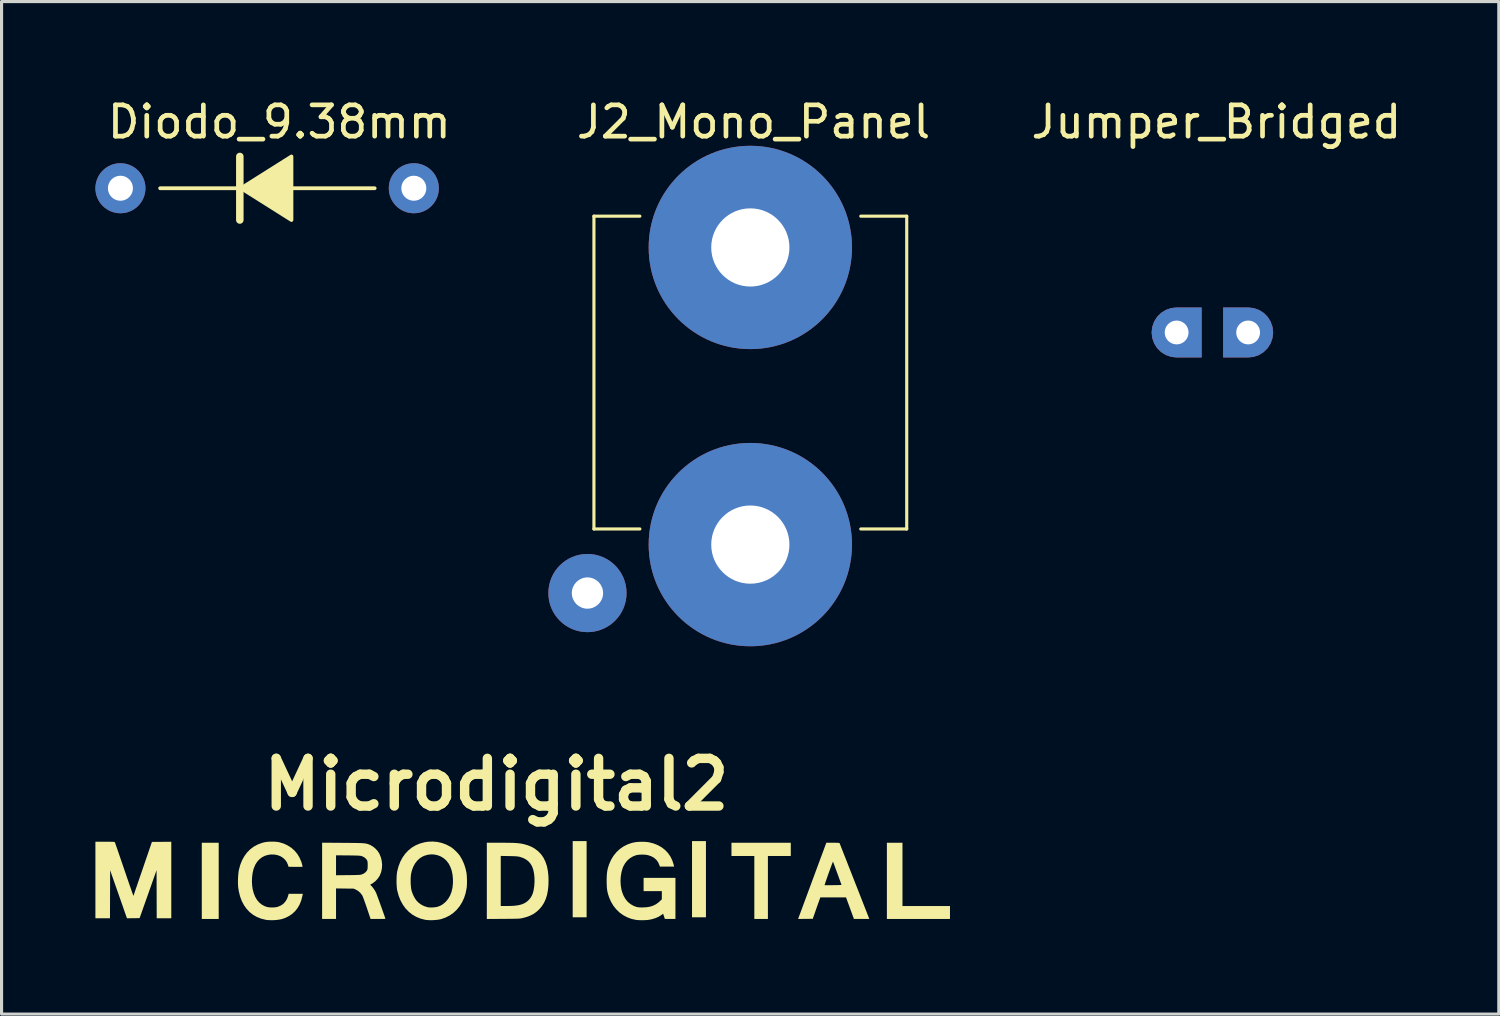
<source format=kicad_pcb>
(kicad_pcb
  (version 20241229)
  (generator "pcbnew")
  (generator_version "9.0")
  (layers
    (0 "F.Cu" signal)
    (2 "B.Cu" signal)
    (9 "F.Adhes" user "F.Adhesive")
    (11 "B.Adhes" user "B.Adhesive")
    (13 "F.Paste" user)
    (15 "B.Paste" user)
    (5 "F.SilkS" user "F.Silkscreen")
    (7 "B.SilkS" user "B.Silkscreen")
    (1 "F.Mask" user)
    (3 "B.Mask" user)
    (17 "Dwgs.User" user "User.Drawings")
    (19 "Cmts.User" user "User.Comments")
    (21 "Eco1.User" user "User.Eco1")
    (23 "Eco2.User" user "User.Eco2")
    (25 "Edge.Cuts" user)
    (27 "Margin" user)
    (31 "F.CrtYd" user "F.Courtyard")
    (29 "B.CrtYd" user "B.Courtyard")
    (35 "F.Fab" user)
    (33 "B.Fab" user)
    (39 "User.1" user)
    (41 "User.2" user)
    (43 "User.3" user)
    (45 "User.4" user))
  (footprint "Microdigital2"
    (layer "F.Cu")
    (at 13.421 25.129)
    (property "Reference" "Microdigital2" (at -0.6 -3.1 0) (layer "F.SilkS") (effects (font (size 1.524 1.524) (thickness 0.3))))
    (attr board_only exclude_from_pos_files exclude_from_bom)
    (fp_poly (pts (xy -9.479 1.2) (xy -10.02 1.2) (xy -10.02 -1.236) (xy -9.479 -1.236)) (stroke (width 0) (type solid)) (fill yes) (layer "F.SilkS"))
    (fp_poly (pts (xy 2.283 1.147) (xy 1.838 1.147) (xy 1.838 -1.289) (xy 2.283 -1.289)) (stroke (width 0) (type solid)) (fill yes) (layer "F.SilkS"))
    (fp_poly (pts (xy 6.098 1.147) (xy 5.653 1.147) (xy 5.653 -1.289) (xy 6.098 -1.289)) (stroke (width 0) (type solid)) (fill yes) (layer "F.SilkS"))
    (fp_poly (pts (xy 12.381 0.787) (xy 13.9 0.787) (xy 13.9 1.2) (xy 11.883 1.2) (xy 11.883 -1.236) (xy 12.381 -1.236)) (stroke (width 0) (type solid)) (fill yes) (layer "F.SilkS"))
    (fp_poly (pts (xy 8.81 -0.813) (xy 8.079 -0.813) (xy 8.079 1.2) (xy 7.645 1.2) (xy 7.645 -0.813) (xy 6.914 -0.813) (xy 6.914 -1.236) (xy 8.81 -1.236)) (stroke (width 0) (type solid)) (fill yes) (layer "F.SilkS"))
    (fp_poly (pts (xy -10.995 1.179) (xy -11.461 1.179) (xy -11.463 0.41) (xy -11.466 -0.359) (xy -11.737 0.408) (xy -12.008 1.174) (xy -12.21 1.176) (xy -12.412 1.179) (xy -12.502 0.922) (xy -12.524 0.859) (xy -12.552 0.778) (xy -12.585 0.685) (xy -12.621 0.581) (xy -12.66 0.471) (xy -12.699 0.358) (xy -12.739 0.245) (xy -12.771 0.154) (xy -12.95 -0.357) (xy -12.955 1.179) (xy -13.421 1.179) (xy -13.421 -1.268) (xy -13.114 -1.268) (xy -13.025 -1.268) (xy -12.955 -1.268) (xy -12.901 -1.267) (xy -12.862 -1.266) (xy -12.834 -1.264) (xy -12.816 -1.261) (xy -12.806 -1.257) (xy -12.8 -1.252) (xy -12.798 -1.249) (xy -12.793 -1.237) (xy -12.782 -1.206) (xy -12.765 -1.157) (xy -12.743 -1.094) (xy -12.716 -1.016) (xy -12.685 -0.925) (xy -12.65 -0.824) (xy -12.612 -0.713) (xy -12.571 -0.594) (xy -12.528 -0.468) (xy -12.498 -0.38) (xy -12.454 -0.252) (xy -12.413 -0.13) (xy -12.373 -0.015) (xy -12.337 0.091) (xy -12.303 0.187) (xy -12.274 0.27) (xy -12.25 0.341) (xy -12.23 0.396) (xy -12.216 0.436) (xy -12.207 0.458) (xy -12.205 0.462) (xy -12.201 0.451) (xy -12.191 0.421) (xy -12.175 0.374) (xy -12.154 0.312) (xy -12.128 0.235) (xy -12.097 0.146) (xy -12.063 0.046) (xy -12.025 -0.065) (xy -11.984 -0.183) (xy -11.941 -0.309) (xy -11.908 -0.405) (xy -11.614 -1.263) (xy -11.305 -1.265) (xy -10.995 -1.268)) (stroke (width 0) (type solid)) (fill yes) (layer "F.SilkS"))
    (fp_poly (pts (xy -0.341 -1.236) (xy -0.227 -1.235) (xy -0.129 -1.233) (xy -0.046 -1.231) (xy 0.026 -1.227) (xy 0.089 -1.222) (xy 0.144 -1.216) (xy 0.196 -1.208) (xy 0.245 -1.198) (xy 0.285 -1.189) (xy 0.405 -1.154) (xy 0.511 -1.111) (xy 0.611 -1.056) (xy 0.635 -1.04) (xy 0.74 -0.959) (xy 0.83 -0.864) (xy 0.906 -0.754) (xy 0.966 -0.631) (xy 1.013 -0.492) (xy 1.044 -0.339) (xy 1.062 -0.17) (xy 1.066 -0.039) (xy 1.061 0.136) (xy 1.044 0.294) (xy 1.016 0.438) (xy 0.975 0.567) (xy 0.921 0.684) (xy 0.854 0.79) (xy 0.773 0.886) (xy 0.756 0.903) (xy 0.67 0.98) (xy 0.577 1.044) (xy 0.474 1.096) (xy 0.358 1.139) (xy 0.262 1.165) (xy 0.236 1.171) (xy 0.212 1.177) (xy 0.189 1.181) (xy 0.164 1.185) (xy 0.135 1.188) (xy 0.1 1.19) (xy 0.057 1.192) (xy 0.004 1.193) (xy -0.061 1.194) (xy -0.141 1.195) (xy -0.238 1.196) (xy -0.353 1.197) (xy -0.38 1.197) (xy -0.907 1.201) (xy -0.907 -0.815) (xy -0.462 -0.815) (xy -0.462 0.787) (xy -0.284 0.787) (xy -0.215 0.786) (xy -0.145 0.784) (xy -0.079 0.781) (xy -0.025 0.778) (xy -0.006 0.776) (xy 0.106 0.76) (xy 0.202 0.736) (xy 0.284 0.703) (xy 0.356 0.66) (xy 0.421 0.605) (xy 0.429 0.597) (xy 0.484 0.533) (xy 0.528 0.463) (xy 0.562 0.384) (xy 0.587 0.291) (xy 0.605 0.182) (xy 0.608 0.157) (xy 0.618 0.02) (xy 0.616 -0.118) (xy 0.603 -0.25) (xy 0.581 -0.362) (xy 0.545 -0.469) (xy 0.493 -0.561) (xy 0.425 -0.64) (xy 0.341 -0.704) (xy 0.241 -0.754) (xy 0.156 -0.782) (xy 0.127 -0.79) (xy 0.097 -0.795) (xy 0.062 -0.8) (xy 0.02 -0.803) (xy -0.033 -0.806) (xy -0.1 -0.808) (xy -0.185 -0.81) (xy -0.194 -0.81) (xy -0.462 -0.815) (xy -0.907 -0.815) (xy -0.907 -1.236) (xy -0.473 -1.236)) (stroke (width 0) (type solid)) (fill yes) (layer "F.SilkS"))
    (fp_poly (pts (xy 4.154 -1.265) (xy 4.23 -1.258) (xy 4.273 -1.252) (xy 4.422 -1.214) (xy 4.558 -1.16) (xy 4.681 -1.091) (xy 4.789 -1.007) (xy 4.883 -0.909) (xy 4.961 -0.797) (xy 5.022 -0.672) (xy 5.067 -0.534) (xy 5.074 -0.503) (xy 5.081 -0.474) (xy 4.626 -0.474) (xy 4.613 -0.513) (xy 4.573 -0.606) (xy 4.518 -0.685) (xy 4.446 -0.749) (xy 4.359 -0.8) (xy 4.255 -0.837) (xy 4.243 -0.84) (xy 4.181 -0.851) (xy 4.107 -0.857) (xy 4.029 -0.857) (xy 3.954 -0.853) (xy 3.889 -0.843) (xy 3.872 -0.84) (xy 3.768 -0.801) (xy 3.673 -0.745) (xy 3.588 -0.672) (xy 3.516 -0.584) (xy 3.459 -0.484) (xy 3.437 -0.432) (xy 3.399 -0.303) (xy 3.375 -0.163) (xy 3.367 -0.019) (xy 3.374 0.125) (xy 3.397 0.262) (xy 3.419 0.342) (xy 3.466 0.462) (xy 3.528 0.567) (xy 3.603 0.656) (xy 3.69 0.728) (xy 3.791 0.784) (xy 3.856 0.809) (xy 3.893 0.819) (xy 3.93 0.826) (xy 3.971 0.83) (xy 4.023 0.832) (xy 4.068 0.832) (xy 4.198 0.826) (xy 4.313 0.807) (xy 4.414 0.774) (xy 4.506 0.727) (xy 4.589 0.665) (xy 4.611 0.645) (xy 4.688 0.572) (xy 4.688 0.31) (xy 4.105 0.31) (xy 4.105 -0.113) (xy 5.123 -0.113) (xy 5.123 1.2) (xy 4.785 1.2) (xy 4.729 1.032) (xy 4.681 1.069) (xy 4.588 1.128) (xy 4.48 1.175) (xy 4.359 1.211) (xy 4.275 1.227) (xy 4.205 1.235) (xy 4.123 1.239) (xy 4.037 1.241) (xy 3.955 1.238) (xy 3.885 1.233) (xy 3.868 1.231) (xy 3.721 1.199) (xy 3.583 1.148) (xy 3.454 1.08) (xy 3.336 0.995) (xy 3.231 0.893) (xy 3.139 0.778) (xy 3.062 0.648) (xy 3.004 0.515) (xy 2.978 0.437) (xy 2.957 0.364) (xy 2.942 0.292) (xy 2.932 0.215) (xy 2.927 0.129) (xy 2.924 0.028) (xy 2.924 -0.018) (xy 2.925 -0.126) (xy 2.93 -0.217) (xy 2.938 -0.298) (xy 2.95 -0.371) (xy 2.968 -0.443) (xy 2.992 -0.519) (xy 3.004 -0.551) (xy 3.066 -0.693) (xy 3.144 -0.821) (xy 3.237 -0.935) (xy 3.342 -1.034) (xy 3.461 -1.117) (xy 3.591 -1.183) (xy 3.73 -1.231) (xy 3.827 -1.252) (xy 3.898 -1.261) (xy 3.98 -1.266) (xy 4.068 -1.267)) (stroke (width 0) (type solid)) (fill yes) (layer "F.SilkS"))
    (fp_poly (pts (xy -7.686 -1.27) (xy -7.607 -1.263) (xy -7.545 -1.253) (xy -7.404 -1.211) (xy -7.275 -1.151) (xy -7.158 -1.076) (xy -7.055 -0.985) (xy -6.968 -0.881) (xy -6.896 -0.762) (xy -6.84 -0.632) (xy -6.825 -0.584) (xy -6.813 -0.542) (xy -6.804 -0.506) (xy -6.799 -0.482) (xy -6.798 -0.477) (xy -6.801 -0.472) (xy -6.812 -0.469) (xy -6.833 -0.466) (xy -6.867 -0.465) (xy -6.915 -0.465) (xy -6.981 -0.465) (xy -7.022 -0.465) (xy -7.246 -0.468) (xy -7.265 -0.53) (xy -7.302 -0.617) (xy -7.356 -0.692) (xy -7.425 -0.755) (xy -7.505 -0.805) (xy -7.596 -0.839) (xy -7.696 -0.859) (xy -7.802 -0.861) (xy -7.886 -0.851) (xy -7.994 -0.822) (xy -8.091 -0.774) (xy -8.176 -0.709) (xy -8.25 -0.628) (xy -8.311 -0.53) (xy -8.358 -0.416) (xy -8.371 -0.376) (xy -8.397 -0.26) (xy -8.412 -0.132) (xy -8.417 0.000148) (xy -8.41 0.131) (xy -8.393 0.253) (xy -8.392 0.255) (xy -8.357 0.385) (xy -8.309 0.5) (xy -8.249 0.599) (xy -8.176 0.682) (xy -8.092 0.748) (xy -7.997 0.796) (xy -7.922 0.82) (xy -7.863 0.829) (xy -7.794 0.833) (xy -7.721 0.832) (xy -7.653 0.825) (xy -7.598 0.814) (xy -7.503 0.776) (xy -7.421 0.723) (xy -7.354 0.653) (xy -7.3 0.568) (xy -7.261 0.467) (xy -7.254 0.44) (xy -7.243 0.395) (xy -6.79 0.395) (xy -6.805 0.472) (xy -6.842 0.614) (xy -6.895 0.744) (xy -6.964 0.861) (xy -7.048 0.963) (xy -7.147 1.051) (xy -7.26 1.123) (xy -7.386 1.18) (xy -7.475 1.207) (xy -7.55 1.222) (xy -7.638 1.233) (xy -7.732 1.239) (xy -7.827 1.239) (xy -7.914 1.235) (xy -7.977 1.227) (xy -8.122 1.191) (xy -8.257 1.138) (xy -8.379 1.068) (xy -8.489 0.981) (xy -8.586 0.879) (xy -8.67 0.761) (xy -8.74 0.629) (xy -8.795 0.483) (xy -8.835 0.323) (xy -8.855 0.2) (xy -8.861 0.126) (xy -8.864 0.038) (xy -8.863 -0.057) (xy -8.858 -0.154) (xy -8.851 -0.245) (xy -8.841 -0.326) (xy -8.833 -0.37) (xy -8.79 -0.53) (xy -8.732 -0.676) (xy -8.659 -0.807) (xy -8.573 -0.924) (xy -8.473 -1.025) (xy -8.359 -1.111) (xy -8.234 -1.179) (xy -8.097 -1.231) (xy -8.012 -1.253) (xy -7.942 -1.264) (xy -7.86 -1.27) (xy -7.772 -1.272)) (stroke (width 0) (type solid)) (fill yes) (layer "F.SilkS"))
    (fp_poly (pts (xy 10.233 -1.236) (xy 10.29 -1.235) (xy 10.331 -1.233) (xy 10.356 -1.23) (xy 10.369 -1.225) (xy 10.371 -1.223) (xy 10.375 -1.211) (xy 10.387 -1.182) (xy 10.405 -1.135) (xy 10.429 -1.074) (xy 10.459 -0.998) (xy 10.493 -0.91) (xy 10.532 -0.812) (xy 10.575 -0.704) (xy 10.62 -0.588) (xy 10.668 -0.465) (xy 10.718 -0.338) (xy 10.769 -0.208) (xy 10.821 -0.075) (xy 10.873 0.058) (xy 10.925 0.189) (xy 10.976 0.319) (xy 11.025 0.444) (xy 11.072 0.564) (xy 11.116 0.677) (xy 11.157 0.781) (xy 11.194 0.876) (xy 11.227 0.959) (xy 11.254 1.029) (xy 11.276 1.084) (xy 11.292 1.124) (xy 11.3 1.147) (xy 11.302 1.15) (xy 11.321 1.2) (xy 10.829 1.2) (xy 10.577 0.512) (xy 9.755 0.512) (xy 9.738 0.557) (xy 9.731 0.578) (xy 9.717 0.616) (xy 9.698 0.669) (xy 9.676 0.732) (xy 9.65 0.804) (xy 9.623 0.881) (xy 9.617 0.898) (xy 9.513 1.195) (xy 9.044 1.2) (xy 9.074 1.118) (xy 9.112 1.018) (xy 9.153 0.907) (xy 9.197 0.788) (xy 9.244 0.661) (xy 9.293 0.529) (xy 9.343 0.393) (xy 9.395 0.253) (xy 9.445 0.12) (xy 9.89 0.12) (xy 10.161 0.12) (xy 10.234 0.119) (xy 10.3 0.118) (xy 10.355 0.117) (xy 10.397 0.115) (xy 10.424 0.113) (xy 10.432 0.111) (xy 10.428 0.1) (xy 10.418 0.072) (xy 10.403 0.03) (xy 10.383 -0.025) (xy 10.36 -0.089) (xy 10.335 -0.159) (xy 10.308 -0.233) (xy 10.28 -0.309) (xy 10.253 -0.383) (xy 10.227 -0.453) (xy 10.204 -0.517) (xy 10.184 -0.571) (xy 10.168 -0.613) (xy 10.16 -0.632) (xy 10.156 -0.626) (xy 10.146 -0.601) (xy 10.13 -0.562) (xy 10.111 -0.51) (xy 10.088 -0.449) (xy 10.063 -0.38) (xy 10.036 -0.307) (xy 10.009 -0.232) (xy 9.983 -0.157) (xy 9.957 -0.084) (xy 9.935 -0.018) (xy 9.915 0.04) (xy 9.9 0.088) (xy 9.897 0.096) (xy 9.89 0.12) (xy 9.445 0.12) (xy 9.447 0.113) (xy 9.499 -0.028) (xy 9.551 -0.167) (xy 9.601 -0.304) (xy 9.65 -0.436) (xy 9.697 -0.562) (xy 9.741 -0.682) (xy 9.782 -0.792) (xy 9.82 -0.893) (xy 9.853 -0.982) (xy 9.881 -1.059) (xy 9.904 -1.121) (xy 9.921 -1.167) (xy 9.932 -1.197) (xy 9.936 -1.207) (xy 9.946 -1.236) (xy 10.156 -1.236)) (stroke (width 0) (type solid)) (fill yes) (layer "F.SilkS"))
    (fp_poly (pts (xy -2.488 -1.262) (xy -2.342 -1.229) (xy -2.202 -1.177) (xy -2.071 -1.108) (xy -2.039 -1.087) (xy -1.983 -1.045) (xy -1.923 -0.991) (xy -1.862 -0.931) (xy -1.809 -0.871) (xy -1.768 -0.818) (xy -1.696 -0.694) (xy -1.635 -0.558) (xy -1.588 -0.414) (xy -1.558 -0.276) (xy -1.55 -0.211) (xy -1.545 -0.132) (xy -1.542 -0.046) (xy -1.542 0.042) (xy -1.545 0.124) (xy -1.55 0.194) (xy -1.553 0.214) (xy -1.585 0.377) (xy -1.634 0.528) (xy -1.699 0.668) (xy -1.779 0.796) (xy -1.872 0.909) (xy -1.979 1.008) (xy -2.099 1.091) (xy -2.23 1.157) (xy -2.372 1.206) (xy -2.38 1.208) (xy -2.456 1.223) (xy -2.546 1.233) (xy -2.642 1.239) (xy -2.737 1.239) (xy -2.824 1.234) (xy -2.883 1.226) (xy -3.03 1.188) (xy -3.166 1.132) (xy -3.291 1.059) (xy -3.405 0.969) (xy -3.506 0.863) (xy -3.593 0.742) (xy -3.667 0.607) (xy -3.726 0.458) (xy -3.77 0.296) (xy -3.775 0.272) (xy -3.784 0.208) (xy -3.79 0.129) (xy -3.794 0.04) (xy -3.794 -0.01) (xy -3.343 -0.01) (xy -3.341 0.079) (xy -3.334 0.165) (xy -3.325 0.24) (xy -3.313 0.294) (xy -3.285 0.38) (xy -3.246 0.468) (xy -3.201 0.549) (xy -3.159 0.609) (xy -3.089 0.681) (xy -3.004 0.743) (xy -2.908 0.791) (xy -2.806 0.823) (xy -2.768 0.83) (xy -2.712 0.834) (xy -2.644 0.833) (xy -2.574 0.827) (xy -2.51 0.817) (xy -2.488 0.812) (xy -2.399 0.78) (xy -2.314 0.73) (xy -2.231 0.66) (xy -2.22 0.65) (xy -2.143 0.557) (xy -2.081 0.451) (xy -2.035 0.332) (xy -2.004 0.199) (xy -1.99 0.054) (xy -1.99 -0.073) (xy -2.004 -0.218) (xy -2.031 -0.349) (xy -2.073 -0.466) (xy -2.129 -0.573) (xy -2.132 -0.577) (xy -2.2 -0.665) (xy -2.281 -0.738) (xy -2.373 -0.795) (xy -2.473 -0.835) (xy -2.579 -0.859) (xy -2.688 -0.865) (xy -2.797 -0.852) (xy -2.905 -0.82) (xy -2.957 -0.797) (xy -3.05 -0.74) (xy -3.131 -0.665) (xy -3.202 -0.574) (xy -3.259 -0.469) (xy -3.303 -0.35) (xy -3.328 -0.246) (xy -3.337 -0.178) (xy -3.342 -0.098) (xy -3.343 -0.01) (xy -3.794 -0.01) (xy -3.794 -0.052) (xy -3.791 -0.143) (xy -3.786 -0.225) (xy -3.777 -0.294) (xy -3.775 -0.309) (xy -3.733 -0.474) (xy -3.676 -0.625) (xy -3.604 -0.761) (xy -3.518 -0.883) (xy -3.418 -0.99) (xy -3.306 -1.081) (xy -3.181 -1.155) (xy -3.044 -1.212) (xy -2.896 -1.252) (xy -2.788 -1.269) (xy -2.638 -1.275)) (stroke (width 0) (type solid)) (fill yes) (layer "F.SilkS"))
    (fp_poly (pts (xy -5.514 -1.233) (xy -5.37 -1.232) (xy -5.246 -1.231) (xy -5.14 -1.23) (xy -5.049 -1.228) (xy -4.972 -1.226) (xy -4.908 -1.224) (xy -4.855 -1.22) (xy -4.81 -1.216) (xy -4.772 -1.21) (xy -4.74 -1.203) (xy -4.71 -1.195) (xy -4.683 -1.185) (xy -4.656 -1.173) (xy -4.626 -1.16) (xy -4.616 -1.155) (xy -4.54 -1.109) (xy -4.467 -1.048) (xy -4.401 -0.976) (xy -4.349 -0.898) (xy -4.338 -0.876) (xy -4.293 -0.765) (xy -4.266 -0.649) (xy -4.255 -0.53) (xy -4.262 -0.413) (xy -4.285 -0.301) (xy -4.325 -0.198) (xy -4.328 -0.191) (xy -4.386 -0.1) (xy -4.46 -0.017) (xy -4.546 0.052) (xy -4.583 0.074) (xy -4.611 0.091) (xy -4.63 0.102) (xy -4.636 0.105) (xy -4.631 0.113) (xy -4.615 0.128) (xy -4.613 0.13) (xy -4.582 0.16) (xy -4.546 0.204) (xy -4.51 0.255) (xy -4.476 0.31) (xy -4.451 0.358) (xy -4.442 0.378) (xy -4.428 0.415) (xy -4.409 0.465) (xy -4.387 0.526) (xy -4.361 0.596) (xy -4.333 0.672) (xy -4.305 0.751) (xy -4.276 0.831) (xy -4.248 0.909) (xy -4.222 0.983) (xy -4.198 1.05) (xy -4.178 1.107) (xy -4.163 1.153) (xy -4.153 1.183) (xy -4.149 1.196) (xy -4.149 1.196) (xy -4.159 1.197) (xy -4.188 1.198) (xy -4.231 1.199) (xy -4.287 1.2) (xy -4.352 1.2) (xy -4.386 1.2) (xy -4.624 1.2) (xy -4.742 0.849) (xy -4.771 0.764) (xy -4.799 0.684) (xy -4.825 0.612) (xy -4.848 0.549) (xy -4.867 0.498) (xy -4.882 0.463) (xy -4.889 0.449) (xy -4.94 0.379) (xy -5.006 0.317) (xy -5.081 0.269) (xy -5.09 0.265) (xy -5.161 0.231) (xy -5.445 0.228) (xy -5.728 0.224) (xy -5.728 1.2) (xy -6.173 1.2) (xy -6.173 -0.835) (xy -5.728 -0.835) (xy -5.728 -0.197) (xy -5.344 -0.201) (xy -5.24 -0.202) (xy -5.154 -0.203) (xy -5.086 -0.205) (xy -5.032 -0.207) (xy -4.99 -0.209) (xy -4.957 -0.212) (xy -4.933 -0.216) (xy -4.914 -0.22) (xy -4.906 -0.223) (xy -4.839 -0.252) (xy -4.784 -0.293) (xy -4.744 -0.342) (xy -4.74 -0.349) (xy -4.73 -0.372) (xy -4.723 -0.395) (xy -4.718 -0.424) (xy -4.717 -0.464) (xy -4.716 -0.516) (xy -4.717 -0.571) (xy -4.719 -0.61) (xy -4.723 -0.639) (xy -4.73 -0.662) (xy -4.74 -0.683) (xy -4.778 -0.732) (xy -4.831 -0.774) (xy -4.897 -0.806) (xy -4.906 -0.809) (xy -4.923 -0.814) (xy -4.945 -0.818) (xy -4.973 -0.821) (xy -5.009 -0.824) (xy -5.057 -0.826) (xy -5.117 -0.828) (xy -5.193 -0.829) (xy -5.287 -0.831) (xy -5.344 -0.831) (xy -5.728 -0.835) (xy -6.173 -0.835) (xy -6.173 -1.238)) (stroke (width 0) (type solid)) (fill yes) (layer "F.SilkS")))
  (footprint "Jumper_Bridged"
    (layer "F.Cu")
    (at 36.218 7.579)
    (property "Reference" "Jumper_Bridged" (at -0.381 -6.731 0) (unlocked yes) (layer "F.SilkS") (effects (font (size 1 1) (thickness 0.15))))
    (attr through_hole)
    (pad "1" thru_hole roundrect (at -1.651 0) (size 1.6 1.6) (drill 0.762) (layers "*.Cu" "*.Mask") (roundrect_rratio 0.5) (chamfer_ratio 0) (chamfer top_right bottom_right))
    (pad "2" thru_hole roundrect (at 0.635 0 180) (size 1.6 1.6) (drill 0.762) (layers "*.Cu" "*.Mask") (roundrect_rratio 0.5) (chamfer_ratio 0) (chamfer top_right bottom_right)))
  (footprint "J2_Mono_Panel"
    (layer "F.Cu")
    (at 20.938 4.861)
    (property "Reference" "J2_Mono_Panel" (at 0.102 -4.013 0) (unlocked yes) (layer "F.SilkS") (effects (font (size 1 1) (thickness 0.15))))
    (attr through_hole)
    (fp_line (start -5 9) (end -5 -1) (stroke (width 0.1) (type solid)) (layer "F.SilkS"))
    (fp_line (start -3.531 -1) (end -5 -1) (stroke (width 0.1) (type solid)) (layer "F.SilkS"))
    (fp_line (start -3.531 9) (end -5 9) (stroke (width 0.1) (type solid)) (layer "F.SilkS"))
    (fp_line (start 5 -1) (end 3.531 -1) (stroke (width 0.1) (type solid)) (layer "F.SilkS"))
    (fp_line (start 5 -1) (end 5 9) (stroke (width 0.1) (type solid)) (layer "F.SilkS"))
    (fp_line (start 5 9) (end 3.531 9) (stroke (width 0.1) (type solid)) (layer "F.SilkS"))
    (pad "1" thru_hole circle (at -5.207 11.049) (size 2.5 2.5) (drill 1) (layers "*.Cu" "*.Mask"))
    (pad "1" thru_hole circle (at 0 9.5) (size 6.5 6.5) (drill 2.5) (layers "*.Cu" "*.Mask"))
    (pad "2" thru_hole circle (at 0 0) (size 6.5 6.5) (drill 2.5) (layers "*.Cu" "*.Mask")))
  (footprint "Diodo_9.38mm"
    (layer "F.Cu")
    (at 0.8 2.968)
    (property "Reference" "Diodo_9.38mm" (at 5.08 -2.12 0) (layer "F.SilkS") (effects (font (size 1 1) (thickness 0.15))))
    (attr through_hole)
    (fp_line (start 1.27 0) (end 3.856 0) (stroke (width 0.12) (type solid)) (layer "F.SilkS"))
    (fp_line (start 3.817 -1.016) (end 3.817 1.016) (stroke (width 0.24) (type solid)) (layer "F.SilkS"))
    (fp_line (start 8.128 0) (end 5.524 0) (stroke (width 0.12) (type solid)) (layer "F.SilkS"))
    (fp_poly (pts (xy 5.468 1.016) (xy 3.856 0) (xy 5.468 -1.016)) (stroke (width 0.12) (type solid)) (fill yes) (layer "F.SilkS"))
    (pad "1" thru_hole circle (at 0 0) (size 1.6 1.6) (drill 0.8) (layers "*.Cu" "*.Mask"))
    (pad "2" thru_hole oval (at 9.38 0) (size 1.6 1.6) (drill 0.8) (layers "*.Cu" "*.Mask")))
  (gr_rect
    (start -3 -3)
    (end 44.867 29.37)
    (stroke (width 0.1) (type default))
    (fill no)
    (layer "Edge.Cuts")))
</source>
